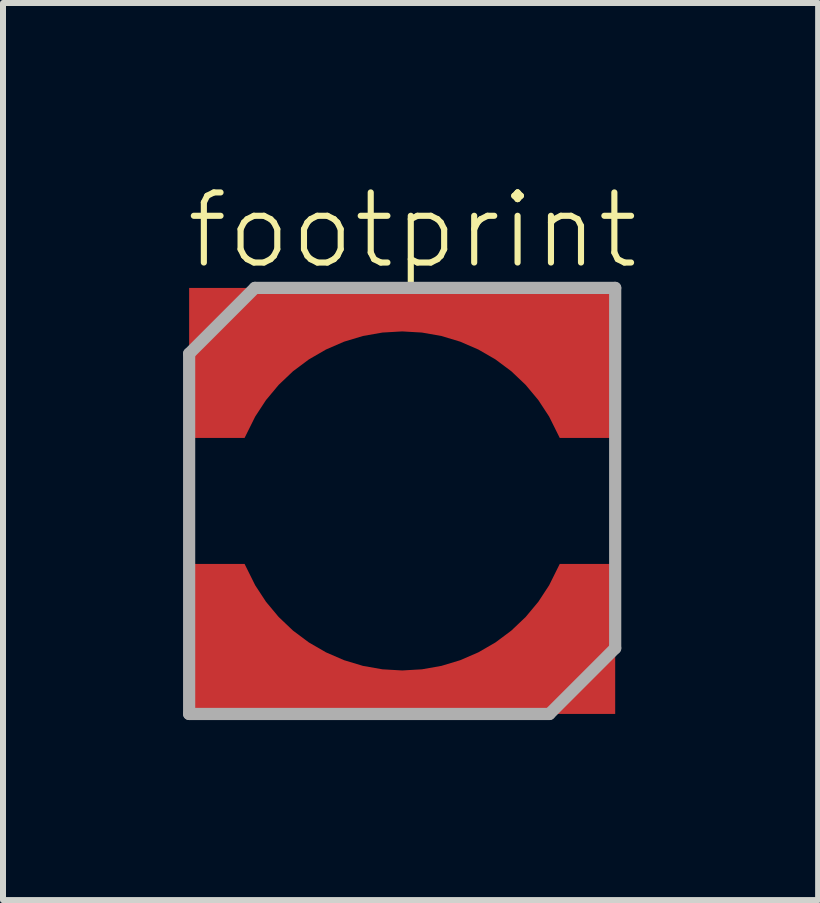
<source format=kicad_pcb>
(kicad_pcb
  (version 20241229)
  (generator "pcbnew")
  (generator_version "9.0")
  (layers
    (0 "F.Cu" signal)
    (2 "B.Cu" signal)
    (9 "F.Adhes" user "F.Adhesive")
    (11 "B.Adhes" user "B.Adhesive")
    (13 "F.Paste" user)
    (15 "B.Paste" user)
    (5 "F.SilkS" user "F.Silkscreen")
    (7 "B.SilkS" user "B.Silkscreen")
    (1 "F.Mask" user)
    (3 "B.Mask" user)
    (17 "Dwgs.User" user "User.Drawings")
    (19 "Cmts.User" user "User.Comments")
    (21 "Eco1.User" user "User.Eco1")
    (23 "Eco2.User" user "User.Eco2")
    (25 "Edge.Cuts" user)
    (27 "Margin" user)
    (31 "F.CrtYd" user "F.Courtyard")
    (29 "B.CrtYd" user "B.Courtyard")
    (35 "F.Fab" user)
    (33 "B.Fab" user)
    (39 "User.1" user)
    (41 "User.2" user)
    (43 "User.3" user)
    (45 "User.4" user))
  (footprint "footprint"
    (layer "F.Cu")
    (at 3.652 5.298)
    (property "Reference" "footprint" (at -3.65 -3.825 0) (layer "F.SilkS") (effects (font (size 1.168 1.168) (thickness 0.102)) (justify left bottom)))
    (fp_poly (pts (xy -2.449 1.406) (xy -2.269 1.681) (xy -2.058 1.934) (xy -1.819 2.161) (xy -1.555 2.358) (xy -1.27 2.523) (xy -0.968 2.654) (xy -0.653 2.749) (xy -0.329 2.806) (xy 0 2.825) (xy 0.329 2.806) (xy 0.653 2.749) (xy 0.968 2.654) (xy 1.27 2.523) (xy 1.555 2.358) (xy 1.819 2.161) (xy 2.058 1.934) (xy 2.269 1.681) (xy 2.449 1.406) (xy 2.626 1.05) (xy 3.55 1.05) (xy 3.55 3.55) (xy -3.55 3.55) (xy -3.55 1.05) (xy -2.626 1.05)) (stroke (width 0) (type solid)) (fill yes) (layer "F.Cu"))
    (fp_poly (pts (xy 3.55 -1.05) (xy 2.626 -1.05) (xy 2.449 -1.406) (xy 2.269 -1.681) (xy 2.058 -1.934) (xy 1.819 -2.161) (xy 1.555 -2.358) (xy 1.27 -2.523) (xy 0.968 -2.654) (xy 0.653 -2.749) (xy 0.329 -2.806) (xy 0 -2.825) (xy -0.329 -2.806) (xy -0.653 -2.749) (xy -0.968 -2.654) (xy -1.27 -2.523) (xy -1.555 -2.358) (xy -1.819 -2.161) (xy -2.058 -1.934) (xy -2.269 -1.681) (xy -2.449 -1.406) (xy -2.626 -1.05) (xy -3.55 -1.05) (xy -3.55 -3.55) (xy 3.55 -3.55)) (stroke (width 0) (type solid)) (fill yes) (layer "F.Cu"))
    (fp_poly (pts (xy -2.405 1.381) (xy -2.228 1.651) (xy -2.021 1.9) (xy -1.787 2.122) (xy -1.528 2.316) (xy -1.248 2.478) (xy -0.951 2.607) (xy -0.641 2.7) (xy -0.323 2.756) (xy 0 2.775) (xy 0.323 2.756) (xy 0.641 2.7) (xy 0.951 2.607) (xy 1.248 2.478) (xy 1.528 2.316) (xy 1.787 2.122) (xy 2.021 1.9) (xy 2.228 1.651) (xy 2.405 1.381) (xy 2.595 1) (xy 3.6 1) (xy 3.6 3.6) (xy -3.6 3.6) (xy -3.6 1) (xy -2.595 1)) (stroke (width 0) (type solid)) (fill yes) (layer "F.Mask"))
    (fp_poly (pts (xy 3.6 -1) (xy 2.595 -1) (xy 2.405 -1.381) (xy 2.228 -1.651) (xy 2.021 -1.9) (xy 1.787 -2.122) (xy 1.528 -2.316) (xy 1.248 -2.478) (xy 0.951 -2.607) (xy 0.641 -2.7) (xy 0.323 -2.756) (xy 0 -2.775) (xy -0.323 -2.756) (xy -0.641 -2.7) (xy -0.951 -2.607) (xy -1.248 -2.478) (xy -1.528 -2.316) (xy -1.787 -2.122) (xy -2.021 -1.9) (xy -2.228 -1.651) (xy -2.405 -1.381) (xy -2.595 -1) (xy -3.6 -1) (xy -3.6 -3.6) (xy 3.6 -3.6)) (stroke (width 0) (type solid)) (fill yes) (layer "F.Mask"))
    (fp_poly (pts (xy -2.492 1.43) (xy -2.309 1.711) (xy -2.094 1.968) (xy -1.851 2.199) (xy -1.583 2.4) (xy -1.293 2.568) (xy -0.985 2.701) (xy -0.665 2.797) (xy -0.335 2.856) (xy 0 2.875) (xy 0.335 2.856) (xy 0.665 2.797) (xy 0.985 2.701) (xy 1.293 2.568) (xy 1.583 2.4) (xy 1.851 2.199) (xy 2.094 1.968) (xy 2.309 1.711) (xy 2.492 1.43) (xy 2.657 1.1) (xy 3.5 1.1) (xy 3.5 3.5) (xy -3.5 3.5) (xy -3.5 1.1) (xy -2.657 1.1)) (stroke (width 0) (type solid)) (fill yes) (layer "F.Paste"))
    (fp_poly (pts (xy 3.5 -1.1) (xy 2.657 -1.1) (xy 2.492 -1.43) (xy 2.309 -1.711) (xy 2.094 -1.968) (xy 1.851 -2.199) (xy 1.583 -2.4) (xy 1.293 -2.568) (xy 0.985 -2.701) (xy 0.665 -2.797) (xy 0.335 -2.856) (xy 0 -2.875) (xy -0.335 -2.856) (xy -0.665 -2.797) (xy -0.985 -2.701) (xy -1.293 -2.568) (xy -1.583 -2.4) (xy -1.851 -2.199) (xy -2.094 -1.968) (xy -2.309 -1.711) (xy -2.492 -1.43) (xy -2.657 -1.1) (xy -3.5 -1.1) (xy -3.5 -3.5) (xy 3.5 -3.5)) (stroke (width 0) (type solid)) (fill yes) (layer "F.Paste"))
    (fp_line (start -3.55 -2.454) (end -2.454 -3.55) (stroke (width 0.203) (type solid)) (layer "F.Fab"))
    (fp_line (start -3.55 3.55) (end -3.55 -2.454) (stroke (width 0.203) (type solid)) (layer "F.Fab"))
    (fp_line (start -2.454 -3.55) (end 3.55 -3.55) (stroke (width 0.203) (type solid)) (layer "F.Fab"))
    (fp_line (start 2.454 3.55) (end -3.55 3.55) (stroke (width 0.203) (type solid)) (layer "F.Fab"))
    (fp_line (start 3.55 -3.55) (end 3.55 2.454) (stroke (width 0.203) (type solid)) (layer "F.Fab"))
    (fp_line (start 3.55 2.454) (end 2.454 3.55) (stroke (width 0.203) (type solid)) (layer "F.Fab"))
    (pad "1" smd rect (at 0 -3.225) (size 0.5 0.5) (layers "F.Cu"))
    (pad "2" smd rect (at 0 3.225 180) (size 0.5 0.5) (layers "F.Cu")))
  (gr_rect
    (start -3 -3)
    (end 10.584 11.95)
    (stroke (width 0.1) (type default))
    (fill no)
    (layer "Edge.Cuts")))
</source>
